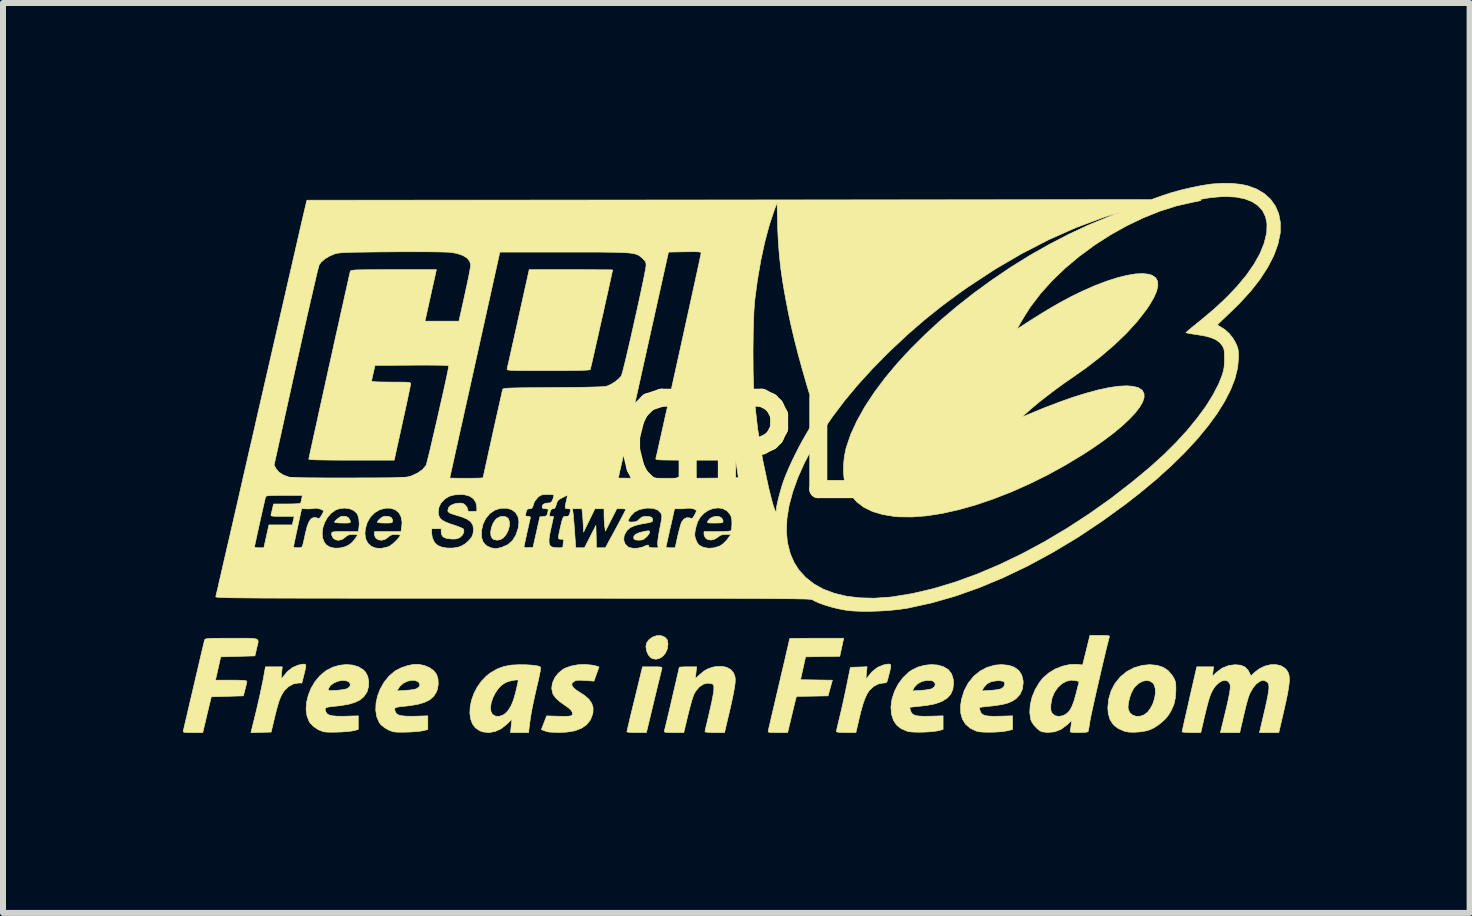
<source format=kicad_pcb>
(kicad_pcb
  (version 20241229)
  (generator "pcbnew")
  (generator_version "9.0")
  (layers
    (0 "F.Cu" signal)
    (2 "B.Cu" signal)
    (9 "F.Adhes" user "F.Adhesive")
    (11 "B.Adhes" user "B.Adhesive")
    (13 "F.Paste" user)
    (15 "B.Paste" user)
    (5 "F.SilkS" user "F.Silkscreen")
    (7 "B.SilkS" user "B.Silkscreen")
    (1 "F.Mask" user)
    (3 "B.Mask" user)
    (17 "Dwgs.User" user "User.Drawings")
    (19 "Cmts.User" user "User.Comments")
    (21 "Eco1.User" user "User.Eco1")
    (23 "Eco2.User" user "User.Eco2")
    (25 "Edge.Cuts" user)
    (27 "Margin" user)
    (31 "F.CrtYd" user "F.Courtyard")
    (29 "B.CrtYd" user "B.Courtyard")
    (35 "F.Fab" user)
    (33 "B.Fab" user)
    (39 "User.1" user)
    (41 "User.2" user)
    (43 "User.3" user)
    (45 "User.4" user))
  (footprint "GPL"
    (layer "F.Cu")
    (at 9.32 4.414)
    (property "Reference" "GPL" (at 0 0 0) (layer "F.SilkS") (effects (font (size 1.524 1.524) (thickness 0.3))))
    (attr through_hole)
    (fp_poly (pts (xy -0.385 1.147) (xy -0.345 1.167) (xy -0.321 1.202) (xy -0.318 1.225) (xy -0.321 1.239) (xy -0.334 1.248) (xy -0.364 1.252) (xy -0.417 1.254) (xy -0.453 1.254) (xy -0.518 1.254) (xy -0.557 1.252) (xy -0.575 1.246) (xy -0.578 1.236) (xy -0.572 1.222) (xy -0.536 1.18) (xy -0.489 1.154) (xy -0.436 1.143) (xy -0.385 1.147)) (stroke (width 0.01) (type solid)) (fill yes) (layer "F.SilkS"))
    (fp_poly (pts (xy -6.606 1.144) (xy -6.563 1.164) (xy -6.537 1.206) (xy -6.533 1.218) (xy -6.529 1.236) (xy -6.534 1.246) (xy -6.554 1.252) (xy -6.594 1.254) (xy -6.658 1.254) (xy -6.72 1.253) (xy -6.767 1.248) (xy -6.792 1.242) (xy -6.795 1.24) (xy -6.782 1.219) (xy -6.753 1.19) (xy -6.716 1.163) (xy -6.683 1.144) (xy -6.67 1.141) (xy -6.606 1.144)) (stroke (width 0.01) (type solid)) (fill yes) (layer "F.SilkS"))
    (fp_poly (pts (xy -5.893 1.144) (xy -5.848 1.162) (xy -5.828 1.196) (xy -5.826 1.216) (xy -5.828 1.235) (xy -5.837 1.246) (xy -5.86 1.252) (xy -5.903 1.254) (xy -5.953 1.254) (xy -6.012 1.253) (xy -6.057 1.248) (xy -6.079 1.242) (xy -6.08 1.24) (xy -6.068 1.216) (xy -6.038 1.185) (xy -6.002 1.158) (xy -5.969 1.142) (xy -5.963 1.141) (xy -5.893 1.144)) (stroke (width 0.01) (type solid)) (fill yes) (layer "F.SilkS"))
    (fp_poly (pts (xy -1.545 1.389) (xy -1.54 1.405) (xy -1.54 1.405) (xy -1.55 1.432) (xy -1.577 1.468) (xy -1.594 1.486) (xy -1.634 1.521) (xy -1.672 1.536) (xy -1.721 1.54) (xy -1.773 1.536) (xy -1.799 1.523) (xy -1.805 1.514) (xy -1.805 1.475) (xy -1.774 1.442) (xy -1.712 1.414) (xy -1.619 1.392) (xy -1.607 1.39) (xy -1.565 1.384) (xy -1.545 1.389)) (stroke (width 0.01) (type solid)) (fill yes) (layer "F.SilkS"))
    (fp_poly (pts (xy -3.926 1.156) (xy -3.896 1.183) (xy -3.877 1.237) (xy -3.879 1.305) (xy -3.899 1.378) (xy -3.935 1.448) (xy -3.981 1.502) (xy -4.029 1.531) (xy -4.085 1.54) (xy -4.136 1.53) (xy -4.165 1.511) (xy -4.187 1.465) (xy -4.191 1.403) (xy -4.179 1.334) (xy -4.154 1.265) (xy -4.117 1.206) (xy -4.088 1.177) (xy -4.033 1.149) (xy -3.976 1.142) (xy -3.926 1.156)) (stroke (width 0.01) (type solid)) (fill yes) (layer "F.SilkS"))
    (fp_poly (pts (xy -1.344 3.133) (xy -1.283 3.16) (xy -1.247 3.204) (xy -1.236 3.269) (xy -1.236 3.273) (xy -1.247 3.352) (xy -1.277 3.421) (xy -1.322 3.475) (xy -1.377 3.511) (xy -1.437 3.525) (xy -1.497 3.513) (xy -1.522 3.498) (xy -1.563 3.453) (xy -1.591 3.389) (xy -1.603 3.316) (xy -1.603 3.309) (xy -1.589 3.249) (xy -1.55 3.197) (xy -1.493 3.156) (xy -1.427 3.132) (xy -1.359 3.13) (xy -1.344 3.133)) (stroke (width 0.01) (type solid)) (fill yes) (layer "F.SilkS"))
    (fp_poly (pts (xy -1.421 3.651) (xy -1.374 3.653) (xy -1.348 3.657) (xy -1.337 3.665) (xy -1.337 3.678) (xy -1.339 3.687) (xy -1.345 3.711) (xy -1.357 3.761) (xy -1.375 3.835) (xy -1.398 3.928) (xy -1.424 4.035) (xy -1.453 4.154) (xy -1.472 4.235) (xy -1.595 4.746) (xy -1.758 4.747) (xy -1.826 4.745) (xy -1.88 4.743) (xy -1.913 4.738) (xy -1.921 4.735) (xy -1.917 4.717) (xy -1.907 4.672) (xy -1.891 4.604) (xy -1.87 4.515) (xy -1.845 4.41) (xy -1.816 4.292) (xy -1.79 4.187) (xy -1.66 3.651) (xy -1.495 3.651) (xy -1.421 3.651)) (stroke (width 0.01) (type solid)) (fill yes) (layer "F.SilkS"))
    (fp_poly (pts (xy -7.285 3.608) (xy -7.274 3.621) (xy -7.273 3.65) (xy -7.283 3.699) (xy -7.301 3.774) (xy -7.304 3.787) (xy -7.338 3.921) (xy -7.395 3.921) (xy -7.479 3.936) (xy -7.559 3.979) (xy -7.628 4.046) (xy -7.645 4.07) (xy -7.67 4.111) (xy -7.692 4.155) (xy -7.713 4.206) (xy -7.733 4.269) (xy -7.756 4.351) (xy -7.783 4.455) (xy -7.801 4.532) (xy -7.851 4.739) (xy -8.187 4.748) (xy -8.102 4.402) (xy -8.075 4.286) (xy -8.047 4.165) (xy -8.022 4.049) (xy -8 3.945) (xy -7.983 3.863) (xy -7.982 3.854) (xy -7.945 3.651) (xy -7.805 3.651) (xy -7.665 3.651) (xy -7.676 3.758) (xy -7.681 3.814) (xy -7.682 3.843) (xy -7.677 3.849) (xy -7.666 3.836) (xy -7.659 3.826) (xy -7.579 3.73) (xy -7.493 3.662) (xy -7.397 3.622) (xy -7.346 3.611) (xy -7.309 3.606) (xy -7.285 3.608)) (stroke (width 0.01) (type solid)) (fill yes) (layer "F.SilkS"))
    (fp_poly (pts (xy 1.628 3.476) (xy 1.343 3.48) (xy 1.058 3.485) (xy 1.016 3.675) (xy 0.974 3.866) (xy 1.24 3.87) (xy 1.505 3.874) (xy 1.433 4.135) (xy 1.17 4.14) (xy 0.906 4.144) (xy 0.89 4.203) (xy 0.881 4.239) (xy 0.866 4.299) (xy 0.848 4.376) (xy 0.827 4.462) (xy 0.817 4.505) (xy 0.759 4.747) (xy 0.594 4.747) (xy 0.52 4.746) (xy 0.472 4.745) (xy 0.446 4.741) (xy 0.435 4.733) (xy 0.435 4.72) (xy 0.437 4.711) (xy 0.447 4.667) (xy 0.463 4.6) (xy 0.483 4.513) (xy 0.507 4.409) (xy 0.535 4.292) (xy 0.564 4.166) (xy 0.595 4.035) (xy 0.626 3.901) (xy 0.657 3.768) (xy 0.687 3.641) (xy 0.715 3.522) (xy 0.739 3.415) (xy 0.761 3.324) (xy 0.777 3.252) (xy 0.788 3.203) (xy 0.794 3.181) (xy 0.794 3.18) (xy 0.809 3.178) (xy 0.852 3.177) (xy 0.919 3.176) (xy 1.005 3.176) (xy 1.107 3.175) (xy 1.221 3.175) (xy 1.243 3.175) (xy 1.693 3.175) (xy 1.628 3.476)) (stroke (width 0.01) (type solid)) (fill yes) (layer "F.SilkS"))
    (fp_poly (pts (xy 2.472 3.612) (xy 2.478 3.633) (xy 2.474 3.67) (xy 2.462 3.728) (xy 2.44 3.811) (xy 2.427 3.862) (xy 2.414 3.901) (xy 2.396 3.917) (xy 2.36 3.921) (xy 2.354 3.921) (xy 2.272 3.936) (xy 2.193 3.977) (xy 2.126 4.04) (xy 2.113 4.056) (xy 2.079 4.111) (xy 2.047 4.181) (xy 2.016 4.269) (xy 1.984 4.38) (xy 1.95 4.517) (xy 1.944 4.544) (xy 1.897 4.746) (xy 1.734 4.747) (xy 1.65 4.745) (xy 1.596 4.74) (xy 1.573 4.732) (xy 1.572 4.729) (xy 1.575 4.708) (xy 1.585 4.663) (xy 1.6 4.598) (xy 1.619 4.52) (xy 1.629 4.479) (xy 1.652 4.382) (xy 1.679 4.265) (xy 1.706 4.139) (xy 1.732 4.017) (xy 1.745 3.953) (xy 1.805 3.659) (xy 1.944 3.655) (xy 2.083 3.65) (xy 2.072 3.758) (xy 2.067 3.814) (xy 2.066 3.843) (xy 2.071 3.849) (xy 2.082 3.836) (xy 2.089 3.826) (xy 2.171 3.728) (xy 2.26 3.659) (xy 2.36 3.619) (xy 2.393 3.612) (xy 2.43 3.606) (xy 2.457 3.605) (xy 2.472 3.612)) (stroke (width 0.01) (type solid)) (fill yes) (layer "F.SilkS"))
    (fp_poly (pts (xy -2.709 -2.969) (xy -2.574 -2.968) (xy -2.453 -2.968) (xy -2.348 -2.967) (xy -2.263 -2.967) (xy -2.202 -2.966) (xy -2.166 -2.965) (xy -2.159 -2.965) (xy -2.162 -2.946) (xy -2.172 -2.9) (xy -2.187 -2.831) (xy -2.207 -2.741) (xy -2.23 -2.634) (xy -2.257 -2.514) (xy -2.286 -2.384) (xy -2.316 -2.247) (xy -2.348 -2.108) (xy -2.379 -1.97) (xy -2.409 -1.835) (xy -2.438 -1.708) (xy -2.464 -1.593) (xy -2.487 -1.491) (xy -2.506 -1.408) (xy -2.521 -1.347) (xy -2.529 -1.311) (xy -2.532 -1.302) (xy -2.551 -1.298) (xy -2.6 -1.294) (xy -2.68 -1.291) (xy -2.789 -1.289) (xy -2.927 -1.287) (xy -3.094 -1.286) (xy -3.233 -1.286) (xy -3.4 -1.286) (xy -3.537 -1.286) (xy -3.648 -1.287) (xy -3.735 -1.288) (xy -3.802 -1.289) (xy -3.85 -1.291) (xy -3.884 -1.294) (xy -3.904 -1.298) (xy -3.915 -1.303) (xy -3.918 -1.309) (xy -3.917 -1.314) (xy -3.913 -1.334) (xy -3.902 -1.383) (xy -3.885 -1.457) (xy -3.864 -1.552) (xy -3.838 -1.667) (xy -3.809 -1.797) (xy -3.777 -1.941) (xy -3.743 -2.094) (xy -3.73 -2.155) (xy -3.549 -2.969) (xy -2.854 -2.969) (xy -2.709 -2.969)) (stroke (width 0.01) (type solid)) (fill yes) (layer "F.SilkS"))
    (fp_poly (pts (xy -2.498 3.623) (xy -2.434 3.637) (xy -2.385 3.653) (xy -2.427 3.771) (xy -2.469 3.889) (xy -2.619 3.879) (xy -2.691 3.875) (xy -2.739 3.875) (xy -2.771 3.88) (xy -2.794 3.89) (xy -2.809 3.901) (xy -2.835 3.927) (xy -2.838 3.952) (xy -2.83 3.974) (xy -2.806 4.004) (xy -2.764 4.039) (xy -2.735 4.058) (xy -2.63 4.125) (xy -2.554 4.191) (xy -2.507 4.259) (xy -2.484 4.331) (xy -2.486 4.412) (xy -2.491 4.438) (xy -2.528 4.535) (xy -2.591 4.615) (xy -2.678 4.675) (xy -2.79 4.718) (xy -2.926 4.74) (xy -3.047 4.745) (xy -3.117 4.743) (xy -3.177 4.741) (xy -3.219 4.738) (xy -3.231 4.736) (xy -3.27 4.725) (xy -3.304 4.713) (xy -3.346 4.697) (xy -3.302 4.583) (xy -3.258 4.469) (xy -3.052 4.475) (xy -2.961 4.476) (xy -2.897 4.475) (xy -2.856 4.469) (xy -2.834 4.458) (xy -2.827 4.439) (xy -2.831 4.412) (xy -2.833 4.404) (xy -2.855 4.37) (xy -2.905 4.326) (xy -2.949 4.296) (xy -3.042 4.23) (xy -3.107 4.17) (xy -3.148 4.113) (xy -3.158 4.091) (xy -3.174 4.007) (xy -3.161 3.92) (xy -3.124 3.836) (xy -3.066 3.759) (xy -2.988 3.695) (xy -2.953 3.675) (xy -2.854 3.639) (xy -2.738 3.617) (xy -2.616 3.611) (xy -2.498 3.623)) (stroke (width 0.01) (type solid)) (fill yes) (layer "F.SilkS"))
    (fp_poly (pts (xy 6.916 3.626) (xy 7.018 3.659) (xy 7.102 3.715) (xy 7.172 3.798) (xy 7.189 3.826) (xy 7.209 3.863) (xy 7.221 3.898) (xy 7.228 3.939) (xy 7.23 3.997) (xy 7.23 4.048) (xy 7.221 4.173) (xy 7.197 4.28) (xy 7.152 4.381) (xy 7.109 4.453) (xy 7.045 4.53) (xy 6.96 4.604) (xy 6.867 4.667) (xy 6.795 4.701) (xy 6.718 4.722) (xy 6.626 4.736) (xy 6.531 4.742) (xy 6.444 4.739) (xy 6.375 4.726) (xy 6.372 4.725) (xy 6.267 4.678) (xy 6.187 4.614) (xy 6.133 4.531) (xy 6.103 4.428) (xy 6.096 4.333) (xy 6.097 4.321) (xy 6.433 4.321) (xy 6.436 4.356) (xy 6.461 4.414) (xy 6.508 4.455) (xy 6.569 4.476) (xy 6.638 4.474) (xy 6.7 4.452) (xy 6.758 4.408) (xy 6.808 4.343) (xy 6.848 4.264) (xy 6.875 4.179) (xy 6.889 4.093) (xy 6.887 4.014) (xy 6.867 3.949) (xy 6.851 3.926) (xy 6.801 3.889) (xy 6.74 3.879) (xy 6.674 3.892) (xy 6.608 3.928) (xy 6.548 3.985) (xy 6.519 4.025) (xy 6.486 4.09) (xy 6.459 4.169) (xy 6.44 4.25) (xy 6.433 4.321) (xy 6.097 4.321) (xy 6.111 4.186) (xy 6.152 4.049) (xy 6.218 3.925) (xy 6.305 3.818) (xy 6.411 3.731) (xy 6.533 3.666) (xy 6.668 3.627) (xy 6.794 3.615) (xy 6.916 3.626)) (stroke (width 0.01) (type solid)) (fill yes) (layer "F.SilkS"))
    (fp_poly (pts (xy -3.603 3.617) (xy -3.507 3.623) (xy -3.431 3.632) (xy -3.38 3.644) (xy -3.367 3.65) (xy -3.361 3.661) (xy -3.36 3.684) (xy -3.365 3.725) (xy -3.377 3.785) (xy -3.395 3.87) (xy -3.419 3.971) (xy -3.462 4.161) (xy -3.497 4.326) (xy -3.523 4.469) (xy -3.541 4.594) (xy -3.549 4.655) (xy -3.558 4.747) (xy -3.86 4.747) (xy -3.837 4.522) (xy -3.923 4.608) (xy -4.015 4.682) (xy -4.115 4.728) (xy -4.218 4.747) (xy -4.319 4.736) (xy -4.376 4.716) (xy -4.446 4.668) (xy -4.496 4.6) (xy -4.526 4.516) (xy -4.538 4.42) (xy -4.533 4.329) (xy -4.194 4.329) (xy -4.187 4.394) (xy -4.161 4.444) (xy -4.159 4.445) (xy -4.11 4.473) (xy -4.05 4.477) (xy -3.987 4.456) (xy -3.944 4.427) (xy -3.892 4.369) (xy -3.848 4.295) (xy -3.809 4.198) (xy -3.774 4.075) (xy -3.77 4.056) (xy -3.754 3.987) (xy -3.741 3.929) (xy -3.733 3.889) (xy -3.731 3.876) (xy -3.744 3.87) (xy -3.78 3.871) (xy -3.828 3.879) (xy -3.88 3.891) (xy -3.928 3.907) (xy -3.945 3.914) (xy -4.009 3.957) (xy -4.067 4.018) (xy -4.117 4.091) (xy -4.156 4.171) (xy -4.183 4.252) (xy -4.194 4.329) (xy -4.533 4.329) (xy -4.532 4.316) (xy -4.51 4.207) (xy -4.471 4.098) (xy -4.417 3.992) (xy -4.348 3.894) (xy -4.265 3.807) (xy -4.19 3.749) (xy -4.081 3.686) (xy -3.969 3.645) (xy -3.844 3.622) (xy -3.715 3.616) (xy -3.603 3.617)) (stroke (width 0.01) (type solid)) (fill yes) (layer "F.SilkS"))
    (fp_poly (pts (xy 3.257 3.621) (xy 3.354 3.648) (xy 3.432 3.695) (xy 3.443 3.704) (xy 3.492 3.77) (xy 3.519 3.857) (xy 3.524 3.929) (xy 3.513 4.025) (xy 3.478 4.106) (xy 3.419 4.172) (xy 3.334 4.225) (xy 3.223 4.266) (xy 3.083 4.294) (xy 2.986 4.305) (xy 2.914 4.313) (xy 2.853 4.319) (xy 2.812 4.324) (xy 2.796 4.327) (xy 2.797 4.344) (xy 2.806 4.378) (xy 2.809 4.387) (xy 2.825 4.422) (xy 2.851 4.446) (xy 2.891 4.463) (xy 2.948 4.472) (xy 3.028 4.476) (xy 3.135 4.474) (xy 3.145 4.474) (xy 3.35 4.468) (xy 3.35 4.695) (xy 3.274 4.715) (xy 3.212 4.726) (xy 3.131 4.734) (xy 3.041 4.739) (xy 2.949 4.741) (xy 2.864 4.739) (xy 2.795 4.734) (xy 2.753 4.725) (xy 2.651 4.681) (xy 2.575 4.621) (xy 2.523 4.543) (xy 2.491 4.444) (xy 2.49 4.44) (xy 2.481 4.318) (xy 2.498 4.191) (xy 2.539 4.063) (xy 2.544 4.053) (xy 2.838 4.053) (xy 2.979 4.044) (xy 3.049 4.038) (xy 3.11 4.029) (xy 3.154 4.019) (xy 3.163 4.015) (xy 3.204 3.985) (xy 3.22 3.948) (xy 3.21 3.912) (xy 3.175 3.886) (xy 3.157 3.881) (xy 3.078 3.877) (xy 2.998 3.895) (xy 2.927 3.933) (xy 2.875 3.985) (xy 2.865 4.002) (xy 2.838 4.053) (xy 2.544 4.053) (xy 2.601 3.942) (xy 2.681 3.833) (xy 2.776 3.742) (xy 2.825 3.708) (xy 2.927 3.657) (xy 3.037 3.626) (xy 3.149 3.614) (xy 3.257 3.621)) (stroke (width 0.01) (type solid)) (fill yes) (layer "F.SilkS"))
    (fp_poly (pts (xy 4.444 3.626) (xy 4.539 3.659) (xy 4.612 3.713) (xy 4.66 3.786) (xy 4.683 3.879) (xy 4.685 3.92) (xy 4.672 4.024) (xy 4.632 4.111) (xy 4.565 4.183) (xy 4.553 4.191) (xy 4.493 4.228) (xy 4.422 4.257) (xy 4.336 4.279) (xy 4.228 4.296) (xy 4.143 4.306) (xy 4.071 4.313) (xy 4.011 4.32) (xy 3.97 4.325) (xy 3.955 4.328) (xy 3.956 4.344) (xy 3.965 4.378) (xy 3.968 4.387) (xy 3.984 4.422) (xy 4.01 4.446) (xy 4.049 4.463) (xy 4.107 4.472) (xy 4.187 4.476) (xy 4.294 4.474) (xy 4.304 4.474) (xy 4.508 4.468) (xy 4.508 4.695) (xy 4.433 4.715) (xy 4.369 4.726) (xy 4.287 4.735) (xy 4.195 4.74) (xy 4.103 4.741) (xy 4.017 4.739) (xy 3.948 4.733) (xy 3.909 4.724) (xy 3.805 4.676) (xy 3.726 4.609) (xy 3.672 4.523) (xy 3.644 4.419) (xy 3.642 4.297) (xy 3.657 4.195) (xy 3.701 4.053) (xy 3.995 4.053) (xy 4.137 4.044) (xy 4.207 4.038) (xy 4.269 4.029) (xy 4.313 4.018) (xy 4.323 4.015) (xy 4.358 3.987) (xy 4.377 3.95) (xy 4.376 3.914) (xy 4.367 3.9) (xy 4.342 3.89) (xy 4.296 3.883) (xy 4.257 3.882) (xy 4.161 3.895) (xy 4.085 3.932) (xy 4.03 3.994) (xy 4.026 4) (xy 3.995 4.053) (xy 3.701 4.053) (xy 3.702 4.049) (xy 3.77 3.921) (xy 3.858 3.811) (xy 3.963 3.724) (xy 4.083 3.66) (xy 4.215 3.623) (xy 4.326 3.614) (xy 4.444 3.626)) (stroke (width 0.01) (type solid)) (fill yes) (layer "F.SilkS"))
    (fp_poly (pts (xy -8.191 3.176) (xy -8.134 3.18) (xy -8.097 3.188) (xy -8.076 3.201) (xy -8.067 3.221) (xy -8.069 3.25) (xy -8.078 3.287) (xy -8.09 3.335) (xy -8.093 3.35) (xy -8.121 3.469) (xy -8.406 3.477) (xy -8.691 3.485) (xy -8.725 3.638) (xy -8.741 3.709) (xy -8.755 3.772) (xy -8.766 3.818) (xy -8.769 3.832) (xy -8.779 3.873) (xy -8.517 3.873) (xy -8.415 3.874) (xy -8.341 3.876) (xy -8.292 3.88) (xy -8.264 3.885) (xy -8.255 3.893) (xy -8.255 3.893) (xy -8.259 3.918) (xy -8.269 3.963) (xy -8.283 4.02) (xy -8.284 4.024) (xy -8.313 4.135) (xy -8.58 4.143) (xy -8.848 4.151) (xy -8.86 4.199) (xy -8.867 4.23) (xy -8.881 4.286) (xy -8.898 4.36) (xy -8.919 4.445) (xy -8.931 4.497) (xy -8.99 4.747) (xy -9.156 4.747) (xy -9.23 4.746) (xy -9.278 4.745) (xy -9.304 4.741) (xy -9.315 4.733) (xy -9.315 4.72) (xy -9.313 4.711) (xy -9.308 4.689) (xy -9.296 4.638) (xy -9.279 4.564) (xy -9.256 4.468) (xy -9.23 4.354) (xy -9.2 4.226) (xy -9.167 4.086) (xy -9.136 3.953) (xy -9.102 3.806) (xy -9.069 3.667) (xy -9.04 3.541) (xy -9.014 3.43) (xy -8.992 3.337) (xy -8.975 3.266) (xy -8.964 3.22) (xy -8.96 3.203) (xy -8.955 3.195) (xy -8.945 3.188) (xy -8.925 3.183) (xy -8.892 3.18) (xy -8.844 3.177) (xy -8.775 3.176) (xy -8.683 3.175) (xy -8.564 3.175) (xy -8.508 3.175) (xy -8.375 3.175) (xy -8.27 3.174) (xy -8.191 3.176)) (stroke (width 0.01) (type solid)) (fill yes) (layer "F.SilkS"))
    (fp_poly (pts (xy -5.297 3.629) (xy -5.211 3.665) (xy -5.14 3.716) (xy -5.092 3.778) (xy -5.092 3.779) (xy -5.069 3.854) (xy -5.065 3.942) (xy -5.08 4.03) (xy -5.1 4.08) (xy -5.145 4.147) (xy -5.209 4.201) (xy -5.293 4.243) (xy -5.401 4.275) (xy -5.536 4.298) (xy -5.608 4.306) (xy -5.69 4.314) (xy -5.745 4.323) (xy -5.778 4.333) (xy -5.791 4.348) (xy -5.79 4.37) (xy -5.78 4.402) (xy -5.779 4.403) (xy -5.76 4.432) (xy -5.726 4.454) (xy -5.673 4.467) (xy -5.598 4.474) (xy -5.497 4.475) (xy -5.443 4.474) (xy -5.239 4.468) (xy -5.239 4.695) (xy -5.314 4.715) (xy -5.365 4.724) (xy -5.437 4.731) (xy -5.521 4.737) (xy -5.609 4.74) (xy -5.693 4.741) (xy -5.763 4.739) (xy -5.813 4.734) (xy -5.821 4.732) (xy -5.892 4.705) (xy -5.962 4.664) (xy -6.02 4.616) (xy -6.048 4.581) (xy -6.09 4.484) (xy -6.107 4.374) (xy -6.102 4.256) (xy -6.076 4.136) (xy -6.044 4.053) (xy -5.753 4.053) (xy -5.61 4.044) (xy -5.541 4.038) (xy -5.479 4.029) (xy -5.435 4.019) (xy -5.425 4.015) (xy -5.384 3.985) (xy -5.371 3.949) (xy -5.387 3.912) (xy -5.399 3.901) (xy -5.451 3.878) (xy -5.515 3.876) (xy -5.584 3.893) (xy -5.649 3.926) (xy -5.702 3.973) (xy -5.721 4) (xy -5.753 4.053) (xy -6.044 4.053) (xy -6.03 4.017) (xy -5.966 3.906) (xy -5.886 3.807) (xy -5.792 3.726) (xy -5.769 3.711) (xy -5.689 3.67) (xy -5.592 3.636) (xy -5.492 3.613) (xy -5.485 3.612) (xy -5.391 3.61) (xy -5.297 3.629)) (stroke (width 0.01) (type solid)) (fill yes) (layer "F.SilkS"))
    (fp_poly (pts (xy -0.262 3.658) (xy -0.191 3.695) (xy -0.142 3.753) (xy -0.118 3.819) (xy -0.114 3.86) (xy -0.116 3.915) (xy -0.125 3.986) (xy -0.141 4.077) (xy -0.164 4.191) (xy -0.195 4.331) (xy -0.217 4.425) (xy -0.293 4.747) (xy -0.456 4.747) (xy -0.524 4.745) (xy -0.578 4.742) (xy -0.611 4.737) (xy -0.619 4.732) (xy -0.616 4.713) (xy -0.606 4.668) (xy -0.59 4.602) (xy -0.571 4.52) (xy -0.549 4.428) (xy -0.547 4.419) (xy -0.524 4.319) (xy -0.503 4.224) (xy -0.487 4.14) (xy -0.476 4.074) (xy -0.471 4.033) (xy -0.471 3.982) (xy -0.476 3.954) (xy -0.491 3.939) (xy -0.51 3.932) (xy -0.578 3.923) (xy -0.648 3.942) (xy -0.714 3.987) (xy -0.772 4.055) (xy -0.805 4.113) (xy -0.819 4.152) (xy -0.839 4.214) (xy -0.861 4.295) (xy -0.885 4.386) (xy -0.905 4.465) (xy -0.972 4.747) (xy -1.138 4.747) (xy -1.212 4.746) (xy -1.26 4.744) (xy -1.286 4.74) (xy -1.296 4.732) (xy -1.296 4.72) (xy -1.296 4.719) (xy -1.29 4.696) (xy -1.278 4.648) (xy -1.261 4.578) (xy -1.241 4.492) (xy -1.217 4.393) (xy -1.192 4.286) (xy -1.166 4.175) (xy -1.141 4.064) (xy -1.116 3.959) (xy -1.094 3.863) (xy -1.075 3.781) (xy -1.06 3.717) (xy -1.051 3.675) (xy -1.048 3.66) (xy -1.033 3.656) (xy -0.994 3.653) (xy -0.937 3.651) (xy -0.903 3.651) (xy -0.758 3.651) (xy -0.769 3.75) (xy -0.78 3.848) (xy -0.709 3.783) (xy -0.636 3.722) (xy -0.567 3.683) (xy -0.488 3.657) (xy -0.45 3.649) (xy -0.349 3.642) (xy -0.262 3.658)) (stroke (width 0.01) (type solid)) (fill yes) (layer "F.SilkS"))
    (fp_poly (pts (xy -6.491 3.622) (xy -6.395 3.651) (xy -6.315 3.7) (xy -6.275 3.742) (xy -6.24 3.811) (xy -6.224 3.895) (xy -6.228 3.984) (xy -6.251 4.067) (xy -6.258 4.08) (xy -6.304 4.147) (xy -6.367 4.201) (xy -6.451 4.243) (xy -6.559 4.275) (xy -6.694 4.298) (xy -6.767 4.306) (xy -6.849 4.314) (xy -6.904 4.323) (xy -6.936 4.333) (xy -6.95 4.348) (xy -6.949 4.37) (xy -6.939 4.402) (xy -6.938 4.403) (xy -6.919 4.432) (xy -6.885 4.454) (xy -6.832 4.467) (xy -6.757 4.474) (xy -6.655 4.475) (xy -6.602 4.474) (xy -6.398 4.468) (xy -6.398 4.695) (xy -6.473 4.715) (xy -6.524 4.724) (xy -6.596 4.731) (xy -6.68 4.737) (xy -6.768 4.74) (xy -6.852 4.741) (xy -6.922 4.739) (xy -6.972 4.734) (xy -6.98 4.732) (xy -7.063 4.7) (xy -7.14 4.649) (xy -7.2 4.588) (xy -7.215 4.566) (xy -7.253 4.47) (xy -7.268 4.361) (xy -7.26 4.244) (xy -7.231 4.125) (xy -7.195 4.035) (xy -6.898 4.035) (xy -6.892 4.044) (xy -6.873 4.048) (xy -6.833 4.048) (xy -6.768 4.044) (xy -6.765 4.044) (xy -6.697 4.037) (xy -6.635 4.028) (xy -6.592 4.018) (xy -6.584 4.015) (xy -6.543 3.985) (xy -6.529 3.949) (xy -6.545 3.913) (xy -6.556 3.902) (xy -6.607 3.88) (xy -6.671 3.878) (xy -6.74 3.892) (xy -6.805 3.921) (xy -6.859 3.96) (xy -6.892 4.008) (xy -6.895 4.018) (xy -6.898 4.035) (xy -7.195 4.035) (xy -7.184 4.007) (xy -7.119 3.898) (xy -7.038 3.801) (xy -6.944 3.722) (xy -6.928 3.711) (xy -6.821 3.657) (xy -6.709 3.625) (xy -6.597 3.613) (xy -6.491 3.622)) (stroke (width 0.01) (type solid)) (fill yes) (layer "F.SilkS"))
    (fp_poly (pts (xy 6.038 3.128) (xy 6.086 3.13) (xy 6.112 3.134) (xy 6.122 3.142) (xy 6.122 3.154) (xy 6.121 3.155) (xy 6.11 3.195) (xy 6.093 3.262) (xy 6.071 3.35) (xy 6.046 3.457) (xy 6.017 3.577) (xy 5.987 3.706) (xy 5.956 3.84) (xy 5.925 3.975) (xy 5.895 4.105) (xy 5.868 4.227) (xy 5.844 4.337) (xy 5.823 4.429) (xy 5.809 4.5) (xy 5.8 4.545) (xy 5.8 4.548) (xy 5.789 4.617) (xy 5.779 4.675) (xy 5.772 4.715) (xy 5.769 4.727) (xy 5.755 4.737) (xy 5.716 4.743) (xy 5.649 4.746) (xy 5.613 4.747) (xy 5.539 4.746) (xy 5.493 4.742) (xy 5.471 4.735) (xy 5.468 4.727) (xy 5.473 4.7) (xy 5.48 4.655) (xy 5.484 4.627) (xy 5.493 4.546) (xy 5.413 4.621) (xy 5.316 4.693) (xy 5.21 4.734) (xy 5.093 4.745) (xy 5.004 4.735) (xy 4.961 4.716) (xy 4.913 4.676) (xy 4.866 4.625) (xy 4.829 4.571) (xy 4.812 4.532) (xy 4.795 4.414) (xy 4.799 4.345) (xy 5.145 4.345) (xy 5.149 4.386) (xy 5.163 4.416) (xy 5.175 4.433) (xy 5.22 4.467) (xy 5.28 4.478) (xy 5.347 4.465) (xy 5.391 4.444) (xy 5.433 4.411) (xy 5.469 4.367) (xy 5.5 4.306) (xy 5.531 4.224) (xy 5.562 4.116) (xy 5.567 4.096) (xy 5.618 3.897) (xy 5.572 3.883) (xy 5.489 3.873) (xy 5.406 3.891) (xy 5.329 3.934) (xy 5.261 3.997) (xy 5.205 4.078) (xy 5.166 4.173) (xy 5.147 4.278) (xy 5.146 4.284) (xy 5.145 4.345) (xy 4.799 4.345) (xy 4.803 4.286) (xy 4.834 4.154) (xy 4.887 4.026) (xy 4.96 3.906) (xy 5.015 3.838) (xy 5.109 3.755) (xy 5.221 3.687) (xy 5.344 3.639) (xy 5.468 3.612) (xy 5.587 3.61) (xy 5.604 3.612) (xy 5.676 3.621) (xy 5.798 3.127) (xy 5.964 3.127) (xy 6.038 3.128)) (stroke (width 0.01) (type solid)) (fill yes) (layer "F.SilkS"))
    (fp_poly (pts (xy 8.982 3.633) (xy 9.049 3.675) (xy 9.051 3.677) (xy 9.08 3.71) (xy 9.102 3.746) (xy 9.116 3.79) (xy 9.122 3.845) (xy 9.12 3.914) (xy 9.109 3.999) (xy 9.091 4.105) (xy 9.064 4.234) (xy 9.029 4.39) (xy 9.021 4.425) (xy 8.946 4.747) (xy 8.624 4.747) (xy 8.679 4.512) (xy 8.714 4.364) (xy 8.741 4.242) (xy 8.761 4.146) (xy 8.774 4.07) (xy 8.781 4.013) (xy 8.781 3.971) (xy 8.776 3.94) (xy 8.764 3.918) (xy 8.746 3.902) (xy 8.727 3.89) (xy 8.696 3.876) (xy 8.668 3.878) (xy 8.63 3.893) (xy 8.571 3.936) (xy 8.515 4.003) (xy 8.467 4.088) (xy 8.448 4.133) (xy 8.434 4.176) (xy 8.415 4.243) (xy 8.393 4.327) (xy 8.371 4.42) (xy 8.356 4.481) (xy 8.295 4.747) (xy 8.134 4.747) (xy 7.973 4.747) (xy 8.042 4.462) (xy 8.075 4.324) (xy 8.1 4.214) (xy 8.118 4.127) (xy 8.13 4.06) (xy 8.136 4.01) (xy 8.137 3.973) (xy 8.133 3.945) (xy 8.13 3.933) (xy 8.101 3.893) (xy 8.058 3.877) (xy 8.007 3.884) (xy 7.952 3.913) (xy 7.898 3.963) (xy 7.871 3.997) (xy 7.845 4.039) (xy 7.821 4.085) (xy 7.799 4.14) (xy 7.777 4.209) (xy 7.753 4.297) (xy 7.725 4.409) (xy 7.706 4.489) (xy 7.646 4.747) (xy 7.49 4.747) (xy 7.424 4.745) (xy 7.372 4.742) (xy 7.34 4.738) (xy 7.334 4.735) (xy 7.337 4.717) (xy 7.347 4.672) (xy 7.362 4.603) (xy 7.382 4.514) (xy 7.406 4.409) (xy 7.433 4.291) (xy 7.456 4.187) (xy 7.579 3.651) (xy 7.859 3.651) (xy 7.849 3.73) (xy 7.838 3.809) (xy 7.901 3.749) (xy 8 3.674) (xy 8.109 3.63) (xy 8.216 3.616) (xy 8.309 3.624) (xy 8.379 3.652) (xy 8.43 3.702) (xy 8.451 3.739) (xy 8.481 3.802) (xy 8.54 3.746) (xy 8.622 3.683) (xy 8.714 3.639) (xy 8.808 3.616) (xy 8.899 3.614) (xy 8.982 3.633)) (stroke (width 0.01) (type solid)) (fill yes) (layer "F.SilkS"))
    (fp_poly (pts (xy 8.161 -4.407) (xy 8.311 -4.392) (xy 8.423 -4.369) (xy 8.574 -4.314) (xy 8.703 -4.238) (xy 8.809 -4.142) (xy 8.89 -4.028) (xy 8.945 -3.899) (xy 8.972 -3.755) (xy 8.971 -3.599) (xy 8.969 -3.573) (xy 8.931 -3.391) (xy 8.862 -3.203) (xy 8.763 -3.01) (xy 8.635 -2.812) (xy 8.478 -2.611) (xy 8.291 -2.407) (xy 8.122 -2.242) (xy 8.058 -2.181) (xy 8.002 -2.128) (xy 7.959 -2.086) (xy 7.932 -2.059) (xy 7.926 -2.051) (xy 7.936 -2.038) (xy 7.966 -2.02) (xy 7.973 -2.017) (xy 8.045 -1.972) (xy 8.118 -1.906) (xy 8.182 -1.826) (xy 8.228 -1.746) (xy 8.252 -1.691) (xy 8.266 -1.644) (xy 8.273 -1.593) (xy 8.275 -1.527) (xy 8.275 -1.498) (xy 8.259 -1.33) (xy 8.215 -1.152) (xy 8.142 -0.965) (xy 8.041 -0.769) (xy 7.914 -0.566) (xy 7.761 -0.357) (xy 7.583 -0.142) (xy 7.381 0.077) (xy 7.154 0.3) (xy 6.905 0.525) (xy 6.633 0.751) (xy 6.398 0.935) (xy 5.992 1.229) (xy 5.583 1.501) (xy 5.172 1.747) (xy 4.762 1.969) (xy 4.354 2.164) (xy 3.949 2.333) (xy 3.55 2.474) (xy 3.157 2.586) (xy 2.774 2.67) (xy 2.737 2.677) (xy 2.601 2.696) (xy 2.45 2.711) (xy 2.292 2.721) (xy 2.134 2.726) (xy 1.983 2.726) (xy 1.848 2.72) (xy 1.736 2.708) (xy 1.723 2.706) (xy 1.606 2.684) (xy 1.489 2.655) (xy 1.379 2.622) (xy 1.281 2.587) (xy 1.204 2.552) (xy 1.168 2.531) (xy 1.162 2.529) (xy 1.149 2.527) (xy 1.128 2.525) (xy 1.099 2.523) (xy 1.059 2.521) (xy 1.009 2.52) (xy 0.947 2.519) (xy 0.873 2.517) (xy 0.785 2.516) (xy 0.682 2.515) (xy 0.563 2.514) (xy 0.427 2.513) (xy 0.274 2.512) (xy 0.102 2.512) (xy -0.09 2.511) (xy -0.302 2.51) (xy -0.536 2.51) (xy -0.793 2.51) (xy -1.073 2.509) (xy -1.379 2.509) (xy -1.71 2.509) (xy -2.067 2.509) (xy -2.453 2.508) (xy -2.866 2.508) (xy -3.31 2.508) (xy -3.784 2.508) (xy -3.823 2.508) (xy -4.293 2.508) (xy -4.734 2.508) (xy -5.144 2.508) (xy -5.526 2.508) (xy -5.88 2.508) (xy -6.208 2.508) (xy -6.51 2.508) (xy -6.787 2.507) (xy -7.041 2.507) (xy -7.273 2.507) (xy -7.483 2.506) (xy -7.672 2.506) (xy -7.843 2.505) (xy -7.995 2.505) (xy -8.129 2.504) (xy -8.248 2.503) (xy -8.351 2.502) (xy -8.44 2.501) (xy -8.515 2.5) (xy -8.579 2.499) (xy -8.631 2.497) (xy -8.673 2.496) (xy -8.707 2.494) (xy -8.732 2.492) (xy -8.75 2.49) (xy -8.762 2.488) (xy -8.769 2.486) (xy -8.773 2.483) (xy -8.773 2.481) (xy -8.773 2.48) (xy -8.769 2.463) (xy -8.758 2.415) (xy -8.74 2.34) (xy -8.717 2.237) (xy -8.687 2.11) (xy -8.653 1.959) (xy -8.613 1.786) (xy -8.583 1.654) (xy -8.128 1.654) (xy -8.114 1.661) (xy -8.077 1.666) (xy -8.05 1.667) (xy -7.972 1.667) (xy -7.969 1.655) (xy -7.478 1.655) (xy -7.463 1.662) (xy -7.427 1.666) (xy -7.406 1.667) (xy -7.362 1.665) (xy -7.339 1.655) (xy -7.326 1.63) (xy -7.32 1.607) (xy -7.309 1.563) (xy -7.295 1.5) (xy -7.28 1.43) (xy -7.278 1.422) (xy -7 1.422) (xy -6.992 1.506) (xy -6.963 1.579) (xy -6.927 1.622) (xy -6.868 1.656) (xy -6.79 1.673) (xy -6.705 1.671) (xy -6.619 1.65) (xy -6.599 1.642) (xy -6.554 1.618) (xy -6.516 1.592) (xy -6.489 1.563) (xy -6.458 1.526) (xy -6.431 1.488) (xy -6.415 1.46) (xy -6.413 1.454) (xy -6.428 1.449) (xy -6.464 1.445) (xy -6.492 1.445) (xy -6.545 1.448) (xy -6.583 1.463) (xy -6.617 1.492) (xy -6.67 1.529) (xy -6.726 1.542) (xy -6.777 1.533) (xy -6.817 1.505) (xy -6.84 1.458) (xy -6.842 1.433) (xy -6.842 1.432) (xy -6.287 1.432) (xy -6.274 1.521) (xy -6.237 1.592) (xy -6.18 1.643) (xy -6.106 1.672) (xy -6.018 1.677) (xy -5.921 1.657) (xy -5.883 1.643) (xy -5.85 1.622) (xy -5.808 1.588) (xy -5.765 1.546) (xy -5.728 1.506) (xy -5.704 1.473) (xy -5.699 1.458) (xy -5.713 1.45) (xy -5.75 1.445) (xy -5.777 1.445) (xy -5.831 1.448) (xy -5.868 1.463) (xy -5.903 1.492) (xy -5.954 1.528) (xy -6.009 1.541) (xy -6.061 1.534) (xy -6.102 1.509) (xy -6.125 1.467) (xy -6.128 1.442) (xy -6.128 1.397) (xy -5.687 1.397) (xy -5.678 1.349) (xy -5.175 1.349) (xy -5.175 1.425) (xy -5.162 1.508) (xy -5.125 1.58) (xy -5.075 1.627) (xy -5.006 1.656) (xy -4.92 1.671) (xy -4.825 1.672) (xy -4.733 1.657) (xy -4.683 1.64) (xy -4.62 1.604) (xy -4.558 1.55) (xy -4.509 1.49) (xy -4.499 1.473) (xy -4.485 1.43) (xy -4.481 1.4) (xy -4.345 1.4) (xy -4.342 1.498) (xy -4.315 1.575) (xy -4.264 1.631) (xy -4.188 1.667) (xy -4.111 1.681) (xy -4.082 1.677) (xy -4.035 1.667) (xy -4.003 1.658) (xy -3.993 1.654) (xy -3.635 1.654) (xy -3.621 1.661) (xy -3.585 1.665) (xy -3.56 1.664) (xy -3.485 1.659) (xy -3.455 1.524) (xy -3.218 1.524) (xy -3.218 1.585) (xy -3.205 1.626) (xy -3.177 1.651) (xy -3.133 1.663) (xy -3.072 1.667) (xy -3.068 1.667) (xy -3.02 1.666) (xy -2.995 1.66) (xy -2.986 1.645) (xy -2.985 1.621) (xy -2.981 1.578) (xy -2.975 1.549) (xy -2.975 1.531) (xy -2.998 1.524) (xy -3.015 1.524) (xy -3.041 1.523) (xy -3.057 1.514) (xy -3.062 1.494) (xy -3.057 1.455) (xy -3.044 1.393) (xy -3.039 1.37) (xy -3.019 1.282) (xy -3.004 1.22) (xy -2.991 1.18) (xy -2.98 1.157) (xy -2.967 1.146) (xy -2.951 1.143) (xy -2.937 1.143) (xy -2.904 1.141) (xy -2.885 1.128) (xy -2.873 1.098) (xy -2.866 1.068) (xy -2.861 1.033) (xy -2.87 1.019) (xy -2.902 1.016) (xy -2.904 1.016) (xy -2.829 1.016) (xy -2.82 1.068) (xy -2.816 1.1) (xy -2.811 1.158) (xy -2.804 1.235) (xy -2.797 1.324) (xy -2.792 1.393) (xy -2.773 1.667) (xy -2.627 1.667) (xy -2.532 1.48) (xy -2.437 1.294) (xy -2.432 1.48) (xy -2.428 1.667) (xy -2.353 1.667) (xy -2.278 1.666) (xy -2.211 1.542) (xy -1.973 1.542) (xy -1.95 1.603) (xy -1.905 1.649) (xy -1.886 1.66) (xy -1.823 1.675) (xy -1.747 1.674) (xy -1.671 1.659) (xy -1.632 1.644) (xy -1.587 1.624) (xy -1.564 1.622) (xy -1.556 1.637) (xy -1.556 1.643) (xy -1.547 1.658) (xy -1.518 1.665) (xy -1.477 1.667) (xy -1.398 1.667) (xy -1.399 1.66) (xy -1.27 1.66) (xy -1.256 1.664) (xy -1.219 1.666) (xy -1.193 1.667) (xy -1.116 1.667) (xy -1.074 1.475) (xy -1.072 1.465) (xy -0.789 1.465) (xy -0.78 1.506) (xy -0.771 1.531) (xy -0.746 1.587) (xy -0.715 1.623) (xy -0.669 1.649) (xy -0.639 1.661) (xy -0.562 1.675) (xy -0.475 1.669) (xy -0.389 1.644) (xy -0.358 1.63) (xy -0.313 1.596) (xy -0.265 1.549) (xy -0.242 1.52) (xy -0.188 1.445) (xy -0.27 1.445) (xy -0.326 1.448) (xy -0.367 1.462) (xy -0.407 1.492) (xy -0.407 1.492) (xy -0.463 1.526) (xy -0.52 1.538) (xy -0.572 1.53) (xy -0.612 1.502) (xy -0.633 1.457) (xy -0.635 1.437) (xy -0.635 1.397) (xy -0.414 1.397) (xy -0.324 1.396) (xy -0.253 1.393) (xy -0.205 1.388) (xy -0.19 1.384) (xy 0.738 1.384) (xy 0.755 1.576) (xy 0.8 1.754) (xy 0.805 1.77) (xy 0.868 1.914) (xy 0.948 2.039) (xy 1.053 2.154) (xy 1.062 2.163) (xy 1.199 2.271) (xy 1.359 2.359) (xy 1.542 2.427) (xy 1.744 2.475) (xy 1.964 2.501) (xy 2.2 2.507) (xy 2.452 2.49) (xy 2.509 2.484) (xy 2.844 2.429) (xy 3.192 2.347) (xy 3.55 2.239) (xy 3.916 2.106) (xy 4.287 1.949) (xy 4.662 1.769) (xy 5.038 1.567) (xy 5.413 1.344) (xy 5.785 1.102) (xy 6.152 0.842) (xy 6.511 0.563) (xy 6.795 0.327) (xy 7.021 0.123) (xy 7.229 -0.083) (xy 7.418 -0.289) (xy 7.585 -0.493) (xy 7.731 -0.692) (xy 7.851 -0.885) (xy 7.946 -1.069) (xy 8.003 -1.214) (xy 8.023 -1.282) (xy 8.035 -1.348) (xy 8.04 -1.426) (xy 8.041 -1.485) (xy 8.04 -1.56) (xy 8.037 -1.612) (xy 8.03 -1.649) (xy 8.017 -1.679) (xy 7.998 -1.71) (xy 7.954 -1.761) (xy 7.896 -1.802) (xy 7.82 -1.835) (xy 7.72 -1.862) (xy 7.592 -1.884) (xy 7.518 -1.895) (xy 7.457 -1.906) (xy 7.415 -1.914) (xy 7.399 -1.92) (xy 7.398 -1.92) (xy 7.411 -1.932) (xy 7.444 -1.961) (xy 7.494 -2.003) (xy 7.558 -2.055) (xy 7.631 -2.114) (xy 7.638 -2.119) (xy 7.869 -2.313) (xy 8.075 -2.505) (xy 8.255 -2.695) (xy 8.409 -2.881) (xy 8.535 -3.063) (xy 8.633 -3.239) (xy 8.702 -3.409) (xy 8.741 -3.571) (xy 8.745 -3.6) (xy 8.749 -3.734) (xy 8.725 -3.851) (xy 8.675 -3.953) (xy 8.6 -4.037) (xy 8.5 -4.103) (xy 8.377 -4.15) (xy 8.232 -4.179) (xy 8.064 -4.188) (xy 7.969 -4.184) (xy 7.897 -4.178) (xy 7.824 -4.171) (xy 7.757 -4.162) (xy 7.699 -4.152) (xy 7.655 -4.143) (xy 7.63 -4.136) (xy 7.629 -4.13) (xy 7.644 -4.128) (xy 7.649 -4.124) (xy 7.626 -4.117) (xy 7.581 -4.106) (xy 7.52 -4.095) (xy 7.246 -4.033) (xy 6.967 -3.945) (xy 6.687 -3.833) (xy 6.408 -3.699) (xy 6.135 -3.546) (xy 5.871 -3.376) (xy 5.62 -3.191) (xy 5.384 -2.993) (xy 5.168 -2.786) (xy 4.974 -2.57) (xy 4.806 -2.349) (xy 4.72 -2.215) (xy 4.68 -2.148) (xy 4.644 -2.087) (xy 4.617 -2.04) (xy 4.604 -2.017) (xy 4.583 -1.978) (xy 4.629 -2.008) (xy 4.732 -2.075) (xy 4.846 -2.148) (xy 4.964 -2.222) (xy 5.079 -2.292) (xy 5.184 -2.354) (xy 5.27 -2.404) (xy 5.279 -2.409) (xy 5.489 -2.522) (xy 5.694 -2.621) (xy 5.891 -2.707) (xy 6.078 -2.778) (xy 6.253 -2.834) (xy 6.412 -2.874) (xy 6.555 -2.898) (xy 6.678 -2.904) (xy 6.78 -2.893) (xy 6.836 -2.875) (xy 6.894 -2.834) (xy 6.926 -2.775) (xy 6.93 -2.7) (xy 6.909 -2.607) (xy 6.86 -2.498) (xy 6.785 -2.371) (xy 6.738 -2.302) (xy 6.589 -2.11) (xy 6.412 -1.915) (xy 6.208 -1.718) (xy 5.979 -1.522) (xy 5.73 -1.329) (xy 5.493 -1.163) (xy 5.362 -1.072) (xy 5.223 -0.971) (xy 5.085 -0.866) (xy 4.952 -0.762) (xy 4.834 -0.664) (xy 4.739 -0.58) (xy 4.659 -0.508) (xy 4.755 -0.549) (xy 5.024 -0.661) (xy 5.278 -0.758) (xy 5.515 -0.842) (xy 5.734 -0.91) (xy 5.934 -0.964) (xy 6.114 -1.003) (xy 6.272 -1.026) (xy 6.408 -1.033) (xy 6.519 -1.025) (xy 6.607 -1.001) (xy 6.668 -0.96) (xy 6.67 -0.958) (xy 6.699 -0.905) (xy 6.701 -0.839) (xy 6.676 -0.762) (xy 6.625 -0.675) (xy 6.55 -0.578) (xy 6.451 -0.473) (xy 6.33 -0.361) (xy 6.187 -0.242) (xy 6.024 -0.119) (xy 5.841 0.008) (xy 5.68 0.113) (xy 5.383 0.292) (xy 5.082 0.457) (xy 4.78 0.606) (xy 4.479 0.739) (xy 4.181 0.855) (xy 3.89 0.954) (xy 3.607 1.033) (xy 3.336 1.094) (xy 3.078 1.134) (xy 2.836 1.153) (xy 2.612 1.151) (xy 2.534 1.144) (xy 2.341 1.112) (xy 2.173 1.062) (xy 2.03 0.992) (xy 1.911 0.902) (xy 1.816 0.792) (xy 1.744 0.662) (xy 1.721 0.603) (xy 1.699 0.51) (xy 1.69 0.397) (xy 1.692 0.271) (xy 1.705 0.142) (xy 1.73 0.019) (xy 1.736 -0.003) (xy 1.811 -0.224) (xy 1.916 -0.452) (xy 2.047 -0.686) (xy 2.204 -0.924) (xy 2.384 -1.165) (xy 2.586 -1.406) (xy 2.809 -1.648) (xy 3.05 -1.887) (xy 3.307 -2.124) (xy 3.58 -2.355) (xy 3.866 -2.58) (xy 4.163 -2.796) (xy 4.47 -3.004) (xy 4.785 -3.2) (xy 5.107 -3.383) (xy 5.433 -3.553) (xy 5.762 -3.707) (xy 6.072 -3.836) (xy 6.152 -3.868) (xy 6.202 -3.889) (xy 6.224 -3.9) (xy 6.216 -3.901) (xy 6.18 -3.891) (xy 6.116 -3.871) (xy 6.024 -3.841) (xy 6.008 -3.835) (xy 5.56 -3.668) (xy 5.112 -3.469) (xy 4.664 -3.238) (xy 4.217 -2.977) (xy 3.772 -2.685) (xy 3.615 -2.575) (xy 3.322 -2.358) (xy 3.045 -2.136) (xy 2.773 -1.901) (xy 2.5 -1.646) (xy 2.423 -1.572) (xy 2.163 -1.307) (xy 1.922 -1.042) (xy 1.702 -0.777) (xy 1.503 -0.513) (xy 1.325 -0.253) (xy 1.17 0.003) (xy 1.038 0.254) (xy 0.929 0.498) (xy 0.844 0.735) (xy 0.783 0.962) (xy 0.748 1.179) (xy 0.738 1.384) (xy -0.19 1.384) (xy -0.183 1.382) (xy -0.182 1.381) (xy -0.177 1.358) (xy -0.172 1.313) (xy -0.17 1.266) (xy -0.172 1.195) (xy -0.185 1.142) (xy -0.199 1.113) (xy -0.251 1.052) (xy -0.32 1.015) (xy -0.399 1.002) (xy -0.485 1.012) (xy -0.57 1.046) (xy -0.636 1.092) (xy -0.697 1.156) (xy -0.741 1.232) (xy -0.771 1.329) (xy -0.778 1.362) (xy -0.788 1.422) (xy -0.789 1.465) (xy -1.072 1.465) (xy -1.055 1.396) (xy -1.036 1.325) (xy -1.02 1.269) (xy -1.007 1.236) (xy -0.969 1.188) (xy -0.922 1.165) (xy -0.872 1.169) (xy -0.867 1.171) (xy -0.842 1.179) (xy -0.824 1.17) (xy -0.803 1.14) (xy -0.796 1.128) (xy -0.775 1.087) (xy -0.763 1.057) (xy -0.762 1.051) (xy -0.776 1.033) (xy -0.812 1.018) (xy -0.858 1.008) (xy -0.905 1.007) (xy -0.925 1.009) (xy -0.973 1.016) (xy -1.033 1.018) (xy -1.052 1.017) (xy -1.096 1.016) (xy -1.123 1.017) (xy -1.127 1.019) (xy -1.13 1.035) (xy -1.14 1.078) (xy -1.154 1.142) (xy -1.172 1.223) (xy -1.193 1.316) (xy -1.199 1.339) (xy -1.22 1.434) (xy -1.239 1.519) (xy -1.254 1.588) (xy -1.265 1.636) (xy -1.27 1.659) (xy -1.27 1.66) (xy -1.399 1.66) (xy -1.407 1.619) (xy -1.408 1.584) (xy -1.402 1.525) (xy -1.391 1.448) (xy -1.375 1.359) (xy -1.373 1.35) (xy -1.356 1.263) (xy -1.344 1.201) (xy -1.339 1.158) (xy -1.339 1.13) (xy -1.344 1.109) (xy -1.353 1.092) (xy -1.356 1.087) (xy -1.407 1.037) (xy -1.481 1.01) (xy -1.577 1.005) (xy -1.602 1.007) (xy -1.71 1.029) (xy -1.794 1.071) (xy -1.853 1.132) (xy -1.886 1.184) (xy -1.899 1.215) (xy -1.891 1.232) (xy -1.861 1.238) (xy -1.834 1.238) (xy -1.782 1.234) (xy -1.745 1.219) (xy -1.714 1.191) (xy -1.674 1.157) (xy -1.629 1.144) (xy -1.606 1.143) (xy -1.544 1.147) (xy -1.509 1.16) (xy -1.494 1.184) (xy -1.492 1.199) (xy -1.493 1.215) (xy -1.498 1.227) (xy -1.514 1.237) (xy -1.545 1.246) (xy -1.596 1.256) (xy -1.672 1.269) (xy -1.682 1.271) (xy -1.787 1.296) (xy -1.866 1.331) (xy -1.921 1.381) (xy -1.958 1.446) (xy -1.968 1.476) (xy -1.973 1.542) (xy -2.211 1.542) (xy -2.107 1.35) (xy -2.058 1.259) (xy -2.015 1.178) (xy -1.979 1.109) (xy -1.953 1.059) (xy -1.939 1.03) (xy -1.937 1.025) (xy -1.951 1.02) (xy -1.987 1.017) (xy -2.012 1.016) (xy -2.088 1.016) (xy -2.183 1.202) (xy -2.278 1.388) (xy -2.289 1.317) (xy -2.295 1.264) (xy -2.299 1.194) (xy -2.301 1.131) (xy -2.302 1.016) (xy -2.377 1.016) (xy -2.453 1.016) (xy -2.548 1.211) (xy -2.642 1.405) (xy -2.647 1.31) (xy -2.651 1.237) (xy -2.656 1.156) (xy -2.66 1.115) (xy -2.67 1.016) (xy -2.829 1.016) (xy -2.904 1.016) (xy -2.931 1.015) (xy -2.946 1.006) (xy -2.95 0.984) (xy -2.943 0.944) (xy -2.93 0.885) (xy -2.919 0.837) (xy -2.914 0.804) (xy -2.915 0.794) (xy -2.932 0.8) (xy -2.968 0.817) (xy -3.001 0.834) (xy -3.048 0.86) (xy -3.075 0.887) (xy -3.091 0.923) (xy -3.097 0.945) (xy -3.112 0.99) (xy -3.128 1.011) (xy -3.151 1.016) (xy -3.177 1.023) (xy -3.194 1.048) (xy -3.203 1.079) (xy -3.212 1.12) (xy -3.209 1.138) (xy -3.192 1.143) (xy -3.181 1.143) (xy -3.152 1.145) (xy -3.143 1.149) (xy -3.147 1.166) (xy -3.155 1.207) (xy -3.169 1.267) (xy -3.183 1.33) (xy -3.206 1.441) (xy -3.218 1.524) (xy -3.455 1.524) (xy -3.428 1.405) (xy -3.371 1.151) (xy -3.313 1.146) (xy -3.272 1.138) (xy -3.252 1.12) (xy -3.245 1.098) (xy -3.236 1.059) (xy -3.23 1.036) (xy -3.239 1.021) (xy -3.278 1.016) (xy -3.279 1.016) (xy -3.317 1.012) (xy -3.333 0.997) (xy -3.334 0.987) (xy -3.321 0.948) (xy -3.281 0.925) (xy -3.238 0.921) (xy -3.2 0.918) (xy -3.177 0.903) (xy -3.159 0.867) (xy -3.155 0.858) (xy -3.142 0.818) (xy -3.138 0.791) (xy -3.14 0.787) (xy -3.159 0.782) (xy -3.201 0.779) (xy -3.249 0.778) (xy -3.307 0.78) (xy -3.346 0.788) (xy -3.379 0.806) (xy -3.405 0.827) (xy -3.459 0.894) (xy -3.479 0.946) (xy -3.492 0.99) (xy -3.508 1.01) (xy -3.534 1.016) (xy -3.542 1.016) (xy -3.577 1.022) (xy -3.594 1.048) (xy -3.597 1.06) (xy -3.606 1.099) (xy -3.612 1.123) (xy -3.604 1.138) (xy -3.571 1.143) (xy -3.538 1.146) (xy -3.529 1.161) (xy -3.532 1.179) (xy -3.549 1.252) (xy -3.567 1.334) (xy -3.586 1.417) (xy -3.603 1.496) (xy -3.618 1.565) (xy -3.629 1.618) (xy -3.635 1.649) (xy -3.635 1.654) (xy -3.993 1.654) (xy -3.907 1.616) (xy -3.83 1.55) (xy -3.773 1.46) (xy -3.733 1.344) (xy -3.731 1.338) (xy -3.72 1.237) (xy -3.735 1.151) (xy -3.774 1.082) (xy -3.836 1.034) (xy -3.916 1.008) (xy -4.014 1.008) (xy -4.026 1.009) (xy -4.121 1.039) (xy -4.203 1.095) (xy -4.27 1.173) (xy -4.318 1.27) (xy -4.344 1.382) (xy -4.345 1.4) (xy -4.481 1.4) (xy -4.477 1.375) (xy -4.477 1.357) (xy -4.488 1.289) (xy -4.523 1.234) (xy -4.584 1.189) (xy -4.673 1.152) (xy -4.7 1.144) (xy -4.783 1.119) (xy -4.841 1.1) (xy -4.877 1.084) (xy -4.896 1.069) (xy -4.904 1.053) (xy -4.905 1.041) (xy -4.891 0.994) (xy -4.85 0.957) (xy -4.788 0.932) (xy -4.74 0.924) (xy -4.687 0.922) (xy -4.653 0.928) (xy -4.626 0.945) (xy -4.613 0.958) (xy -4.585 0.994) (xy -4.572 1.029) (xy -4.572 1.032) (xy -4.569 1.052) (xy -4.553 1.061) (xy -4.517 1.062) (xy -4.497 1.061) (xy -4.421 1.056) (xy -4.423 0.987) (xy -4.438 0.91) (xy -4.48 0.848) (xy -4.545 0.805) (xy -4.631 0.782) (xy -4.691 0.778) (xy -4.795 0.785) (xy -4.878 0.807) (xy -4.946 0.847) (xy -4.962 0.86) (xy -5.022 0.925) (xy -5.054 0.993) (xy -5.064 1.072) (xy -5.058 1.126) (xy -5.038 1.17) (xy -5 1.207) (xy -4.94 1.239) (xy -4.854 1.272) (xy -4.812 1.285) (xy -4.745 1.308) (xy -4.689 1.33) (xy -4.652 1.348) (xy -4.641 1.358) (xy -4.638 1.405) (xy -4.661 1.454) (xy -4.703 1.494) (xy -4.743 1.513) (xy -4.788 1.521) (xy -4.853 1.52) (xy -4.853 1.52) (xy -4.931 1.509) (xy -4.982 1.486) (xy -5.01 1.448) (xy -5.016 1.402) (xy -5.016 1.349) (xy -5.175 1.349) (xy -5.678 1.349) (xy -5.677 1.347) (xy -5.668 1.243) (xy -5.683 1.155) (xy -5.72 1.084) (xy -5.778 1.035) (xy -5.855 1.008) (xy -5.934 1.006) (xy -6.035 1.03) (xy -6.123 1.081) (xy -6.196 1.154) (xy -6.249 1.246) (xy -6.28 1.352) (xy -6.287 1.432) (xy -6.842 1.432) (xy -6.841 1.419) (xy -6.835 1.409) (xy -6.819 1.403) (xy -6.788 1.399) (xy -6.737 1.397) (xy -6.661 1.397) (xy -6.621 1.397) (xy -6.399 1.397) (xy -6.388 1.341) (xy -6.382 1.267) (xy -6.388 1.191) (xy -6.405 1.125) (xy -6.423 1.09) (xy -6.475 1.044) (xy -6.546 1.015) (xy -6.627 1.005) (xy -6.711 1.014) (xy -6.776 1.038) (xy -6.851 1.091) (xy -6.912 1.162) (xy -6.958 1.244) (xy -6.988 1.333) (xy -7 1.422) (xy -7.278 1.422) (xy -7.278 1.421) (xy -7.251 1.314) (xy -7.221 1.237) (xy -7.188 1.188) (xy -7.15 1.165) (xy -7.149 1.165) (xy -7.107 1.163) (xy -7.079 1.172) (xy -7.06 1.179) (xy -7.041 1.17) (xy -7.019 1.141) (xy -6.989 1.088) (xy -6.987 1.083) (xy -6.977 1.059) (xy -6.985 1.043) (xy -7.017 1.026) (xy -7.026 1.023) (xy -7.098 1.006) (xy -7.133 1.01) (xy -7.18 1.017) (xy -7.239 1.019) (xy -7.263 1.018) (xy -7.342 1.014) (xy -7.41 1.328) (xy -7.431 1.424) (xy -7.449 1.51) (xy -7.464 1.579) (xy -7.473 1.629) (xy -7.478 1.653) (xy -7.478 1.655) (xy -7.969 1.655) (xy -7.954 1.586) (xy -7.941 1.526) (xy -7.925 1.453) (xy -7.912 1.395) (xy -7.887 1.286) (xy -7.498 1.286) (xy -7.482 1.214) (xy -7.466 1.143) (xy -7.663 1.143) (xy -7.745 1.143) (xy -7.8 1.141) (xy -7.834 1.138) (xy -7.85 1.132) (xy -7.854 1.122) (xy -7.853 1.115) (xy -7.833 1.037) (xy -7.82 0.98) (xy -7.81 0.937) (xy -7.589 0.937) (xy -7.508 0.936) (xy -7.44 0.934) (xy -7.39 0.93) (xy -7.363 0.926) (xy -7.36 0.925) (xy -7.353 0.902) (xy -7.344 0.863) (xy -7.342 0.853) (xy -7.331 0.794) (xy -7.633 0.794) (xy -7.739 0.794) (xy -7.817 0.795) (xy -7.872 0.797) (xy -7.908 0.8) (xy -7.929 0.806) (xy -7.94 0.813) (xy -7.944 0.822) (xy -7.95 0.846) (xy -7.961 0.895) (xy -7.977 0.964) (xy -7.996 1.048) (xy -8.017 1.141) (xy -8.039 1.24) (xy -8.061 1.339) (xy -8.081 1.432) (xy -8.099 1.515) (xy -8.114 1.583) (xy -8.124 1.631) (xy -8.128 1.653) (xy -8.128 1.654) (xy -8.583 1.654) (xy -8.568 1.592) (xy -8.519 1.379) (xy -8.466 1.147) (xy -8.409 0.9) (xy -8.349 0.637) (xy -8.319 0.504) (xy -4.873 0.504) (xy -4.858 0.505) (xy -4.817 0.506) (xy -4.754 0.507) (xy -4.674 0.508) (xy -4.596 0.508) (xy -4.506 0.508) (xy -4.428 0.506) (xy -4.368 0.505) (xy -4.359 0.504) (xy -2.063 0.504) (xy -2.048 0.505) (xy -2.003 0.505) (xy -1.933 0.506) (xy -1.838 0.507) (xy -1.723 0.507) (xy -1.589 0.507) (xy -1.439 0.508) (xy -1.276 0.508) (xy -1.103 0.508) (xy -1.064 0.508) (xy -0.889 0.508) (xy -0.723 0.507) (xy -0.571 0.506) (xy -0.433 0.505) (xy -0.313 0.504) (xy -0.213 0.502) (xy -0.137 0.501) (xy -0.086 0.499) (xy -0.064 0.497) (xy -0.064 0.496) (xy -0.066 0.473) (xy -0.073 0.428) (xy -0.081 0.372) (xy -0.09 0.315) (xy -0.099 0.267) (xy -0.104 0.242) (xy -0.112 0.206) (xy -0.779 0.206) (xy -0.942 0.206) (xy -1.077 0.206) (xy -1.185 0.205) (xy -1.269 0.204) (xy -1.333 0.203) (xy -1.379 0.201) (xy -1.41 0.198) (xy -1.428 0.194) (xy -1.437 0.189) (xy -1.439 0.183) (xy -1.438 0.179) (xy -1.433 0.157) (xy -1.421 0.107) (xy -1.404 0.031) (xy -1.382 -0.068) (xy -1.355 -0.188) (xy -1.324 -0.326) (xy -1.29 -0.481) (xy -1.252 -0.649) (xy -1.212 -0.829) (xy -1.171 -1.017) (xy -1.128 -1.212) (xy -1.084 -1.411) (xy -1.04 -1.611) (xy -1.038 -1.616) (xy 0.182 -1.616) (xy 0.183 -1.444) (xy 0.184 -1.277) (xy 0.188 -1.121) (xy 0.193 -0.98) (xy 0.199 -0.862) (xy 0.203 -0.81) (xy 0.261 -0.302) (xy 0.34 0.188) (xy 0.442 0.665) (xy 0.495 0.877) (xy 0.52 0.965) (xy 0.541 1.025) (xy 0.556 1.058) (xy 0.567 1.062) (xy 0.571 1.037) (xy 0.572 1.025) (xy 0.576 0.98) (xy 0.59 0.912) (xy 0.61 0.827) (xy 0.636 0.733) (xy 0.664 0.636) (xy 0.692 0.551) (xy 0.734 0.442) (xy 0.789 0.314) (xy 0.854 0.174) (xy 0.926 0.03) (xy 1.001 -0.111) (xy 1.076 -0.242) (xy 1.12 -0.316) (xy 1.243 -0.513) (xy 1.183 -0.705) (xy 1.088 -1.013) (xy 1.006 -1.297) (xy 0.933 -1.563) (xy 0.869 -1.815) (xy 0.812 -2.058) (xy 0.772 -2.246) (xy 0.721 -2.511) (xy 0.679 -2.753) (xy 0.646 -2.979) (xy 0.622 -3.197) (xy 0.605 -3.413) (xy 0.594 -3.634) (xy 0.592 -3.713) (xy 0.587 -3.913) (xy 6.255 -3.913) (xy 6.263 -3.905) (xy 6.271 -3.913) (xy 6.263 -3.921) (xy 6.255 -3.913) (xy 0.587 -3.913) (xy 0.583 -4.084) (xy 0.544 -3.983) (xy 0.457 -3.725) (xy 0.38 -3.439) (xy 0.312 -3.125) (xy 0.254 -2.786) (xy 0.212 -2.469) (xy 0.204 -2.375) (xy 0.196 -2.255) (xy 0.191 -2.113) (xy 0.186 -1.956) (xy 0.184 -1.789) (xy 0.182 -1.616) (xy -1.038 -1.616) (xy -0.996 -1.81) (xy -0.953 -2.006) (xy -0.911 -2.196) (xy -0.871 -2.378) (xy -0.834 -2.549) (xy -0.799 -2.707) (xy -0.768 -2.849) (xy -0.741 -2.974) (xy -0.718 -3.078) (xy -0.701 -3.16) (xy -0.689 -3.216) (xy -0.683 -3.244) (xy -0.683 -3.247) (xy -0.686 -3.256) (xy -0.701 -3.262) (xy -0.73 -3.266) (xy -0.777 -3.268) (xy -0.848 -3.268) (xy -0.946 -3.267) (xy -0.955 -3.267) (xy -1.227 -3.262) (xy -1.645 -1.381) (xy -1.698 -1.142) (xy -1.749 -0.912) (xy -1.798 -0.693) (xy -1.844 -0.486) (xy -1.886 -0.293) (xy -1.926 -0.117) (xy -1.961 0.041) (xy -1.991 0.18) (xy -2.017 0.296) (xy -2.038 0.388) (xy -2.052 0.455) (xy -2.061 0.494) (xy -2.063 0.504) (xy -4.359 0.504) (xy -4.329 0.502) (xy -4.318 0.5) (xy -4.315 0.483) (xy -4.305 0.439) (xy -4.29 0.371) (xy -4.271 0.283) (xy -4.248 0.179) (xy -4.223 0.063) (xy -4.195 -0.062) (xy -4.166 -0.192) (xy -4.137 -0.323) (xy -4.109 -0.451) (xy -4.081 -0.574) (xy -4.056 -0.686) (xy -4.034 -0.785) (xy -4.015 -0.867) (xy -4.002 -0.928) (xy -3.993 -0.964) (xy -3.991 -0.972) (xy -3.987 -0.978) (xy -3.979 -0.983) (xy -3.963 -0.987) (xy -3.936 -0.991) (xy -3.898 -0.994) (xy -3.844 -0.996) (xy -3.772 -0.998) (xy -3.681 -1) (xy -3.566 -1.001) (xy -3.427 -1.002) (xy -3.259 -1.003) (xy -3.146 -1.004) (xy -2.943 -1.006) (xy -2.77 -1.007) (xy -2.625 -1.009) (xy -2.507 -1.012) (xy -2.413 -1.015) (xy -2.341 -1.018) (xy -2.291 -1.022) (xy -2.259 -1.027) (xy -2.251 -1.029) (xy -2.185 -1.058) (xy -2.117 -1.101) (xy -2.058 -1.148) (xy -2.017 -1.193) (xy -2.013 -1.2) (xy -2.004 -1.225) (xy -1.989 -1.277) (xy -1.97 -1.353) (xy -1.946 -1.45) (xy -1.919 -1.564) (xy -1.889 -1.692) (xy -1.857 -1.83) (xy -1.824 -1.975) (xy -1.791 -2.124) (xy -1.758 -2.272) (xy -1.726 -2.417) (xy -1.696 -2.555) (xy -1.669 -2.683) (xy -1.645 -2.796) (xy -1.626 -2.893) (xy -1.611 -2.968) (xy -1.603 -3.019) (xy -1.601 -3.04) (xy -1.603 -3.08) (xy -1.618 -3.112) (xy -1.649 -3.147) (xy -1.665 -3.161) (xy -1.687 -3.18) (xy -1.708 -3.197) (xy -1.73 -3.211) (xy -1.756 -3.222) (xy -1.788 -3.232) (xy -1.829 -3.241) (xy -1.88 -3.247) (xy -1.945 -3.252) (xy -2.025 -3.256) (xy -2.122 -3.259) (xy -2.24 -3.26) (xy -2.38 -3.262) (xy -2.545 -3.262) (xy -2.737 -3.262) (xy -2.958 -3.262) (xy -4.038 -3.262) (xy -4.455 -1.381) (xy -4.508 -1.142) (xy -4.559 -0.912) (xy -4.608 -0.693) (xy -4.654 -0.486) (xy -4.697 -0.293) (xy -4.736 -0.117) (xy -4.771 0.041) (xy -4.802 0.18) (xy -4.827 0.296) (xy -4.848 0.388) (xy -4.862 0.455) (xy -4.871 0.494) (xy -4.873 0.504) (xy -8.319 0.504) (xy -8.286 0.361) (xy -8.269 0.288) (xy -7.801 0.288) (xy -7.77 0.346) (xy -7.724 0.403) (xy -7.654 0.45) (xy -7.569 0.484) (xy -7.538 0.491) (xy -7.509 0.494) (xy -7.453 0.496) (xy -7.37 0.498) (xy -7.265 0.5) (xy -7.14 0.501) (xy -6.999 0.502) (xy -6.844 0.503) (xy -6.679 0.503) (xy -6.533 0.503) (xy -6.337 0.502) (xy -6.17 0.502) (xy -6.03 0.501) (xy -5.913 0.5) (xy -5.818 0.499) (xy -5.742 0.497) (xy -5.681 0.495) (xy -5.634 0.492) (xy -5.597 0.489) (xy -5.569 0.484) (xy -5.546 0.479) (xy -5.525 0.473) (xy -5.505 0.466) (xy -5.501 0.464) (xy -5.402 0.417) (xy -5.323 0.359) (xy -5.269 0.294) (xy -5.268 0.292) (xy -5.261 0.271) (xy -5.248 0.222) (xy -5.23 0.149) (xy -5.207 0.057) (xy -5.181 -0.053) (xy -5.153 -0.176) (xy -5.122 -0.308) (xy -5.09 -0.446) (xy -5.058 -0.586) (xy -5.027 -0.725) (xy -4.996 -0.86) (xy -4.968 -0.986) (xy -4.943 -1.1) (xy -4.922 -1.198) (xy -4.906 -1.277) (xy -4.895 -1.334) (xy -4.89 -1.364) (xy -4.889 -1.367) (xy -4.905 -1.37) (xy -4.95 -1.373) (xy -5.023 -1.376) (xy -5.122 -1.377) (xy -5.245 -1.378) (xy -5.39 -1.378) (xy -5.504 -1.377) (xy -6.119 -1.373) (xy -6.146 -1.254) (xy -6.16 -1.195) (xy -6.17 -1.146) (xy -6.175 -1.117) (xy -6.175 -1.115) (xy -6.168 -1.108) (xy -6.144 -1.103) (xy -6.1 -1.099) (xy -6.033 -1.097) (xy -5.939 -1.096) (xy -5.85 -1.095) (xy -5.74 -1.095) (xy -5.658 -1.094) (xy -5.599 -1.093) (xy -5.561 -1.089) (xy -5.538 -1.085) (xy -5.527 -1.078) (xy -5.525 -1.069) (xy -5.524 -1.069) (xy -5.528 -1.048) (xy -5.537 -0.999) (xy -5.552 -0.927) (xy -5.572 -0.833) (xy -5.595 -0.723) (xy -5.622 -0.599) (xy -5.652 -0.465) (xy -5.662 -0.418) (xy -5.799 0.206) (xy -6.511 0.206) (xy -6.705 0.206) (xy -6.868 0.205) (xy -7 0.203) (xy -7.101 0.201) (xy -7.171 0.198) (xy -7.212 0.194) (xy -7.223 0.19) (xy -7.22 0.173) (xy -7.21 0.127) (xy -7.195 0.055) (xy -7.174 -0.04) (xy -7.149 -0.156) (xy -7.119 -0.29) (xy -7.086 -0.44) (xy -7.051 -0.603) (xy -7.012 -0.777) (xy -6.972 -0.959) (xy -6.931 -1.146) (xy -6.889 -1.337) (xy -6.846 -1.528) (xy -6.805 -1.717) (xy -6.764 -1.902) (xy -6.724 -2.079) (xy -6.687 -2.247) (xy -6.652 -2.402) (xy -6.621 -2.543) (xy -6.593 -2.667) (xy -6.57 -2.771) (xy -6.552 -2.852) (xy -6.539 -2.909) (xy -6.532 -2.938) (xy -6.531 -2.941) (xy -6.527 -2.947) (xy -6.519 -2.953) (xy -6.503 -2.957) (xy -6.476 -2.961) (xy -6.437 -2.964) (xy -6.381 -2.966) (xy -6.308 -2.967) (xy -6.212 -2.968) (xy -6.093 -2.968) (xy -5.947 -2.969) (xy -5.809 -2.969) (xy -5.095 -2.969) (xy -5.104 -2.933) (xy -5.109 -2.908) (xy -5.121 -2.856) (xy -5.137 -2.783) (xy -5.157 -2.695) (xy -5.179 -2.594) (xy -5.191 -2.54) (xy -5.214 -2.436) (xy -5.235 -2.341) (xy -5.253 -2.259) (xy -5.267 -2.196) (xy -5.276 -2.157) (xy -5.279 -2.147) (xy -5.287 -2.111) (xy -5.004 -2.111) (xy -4.72 -2.111) (xy -4.622 -2.552) (xy -4.597 -2.668) (xy -4.574 -2.776) (xy -4.554 -2.872) (xy -4.539 -2.951) (xy -4.529 -3.009) (xy -4.524 -3.04) (xy -4.524 -3.042) (xy -4.539 -3.106) (xy -4.583 -3.161) (xy -4.655 -3.206) (xy -4.752 -3.239) (xy -4.85 -3.256) (xy -4.898 -3.26) (xy -4.977 -3.263) (xy -5.083 -3.265) (xy -5.215 -3.267) (xy -5.371 -3.267) (xy -5.548 -3.268) (xy -5.746 -3.267) (xy -5.845 -3.266) (xy -6.035 -3.265) (xy -6.197 -3.263) (xy -6.331 -3.261) (xy -6.443 -3.26) (xy -6.533 -3.258) (xy -6.605 -3.255) (xy -6.662 -3.252) (xy -6.705 -3.248) (xy -6.739 -3.244) (xy -6.765 -3.239) (xy -6.787 -3.233) (xy -6.791 -3.232) (xy -6.877 -3.195) (xy -6.955 -3.148) (xy -7.016 -3.095) (xy -7.05 -3.048) (xy -7.057 -3.025) (xy -7.07 -2.973) (xy -7.09 -2.895) (xy -7.114 -2.792) (xy -7.143 -2.666) (xy -7.177 -2.519) (xy -7.215 -2.355) (xy -7.256 -2.174) (xy -7.3 -1.979) (xy -7.346 -1.772) (xy -7.394 -1.555) (xy -7.439 -1.352) (xy -7.801 0.288) (xy -8.269 0.288) (xy -8.22 0.072) (xy -8.151 -0.226) (xy -8.081 -0.535) (xy -8.025 -0.778) (xy -7.953 -1.093) (xy -7.882 -1.4) (xy -7.814 -1.697) (xy -7.748 -1.984) (xy -7.685 -2.259) (xy -7.625 -2.52) (xy -7.569 -2.766) (xy -7.516 -2.995) (xy -7.468 -3.206) (xy -7.424 -3.398) (xy -7.385 -3.569) (xy -7.351 -3.717) (xy -7.322 -3.841) (xy -7.299 -3.94) (xy -7.282 -4.011) (xy -7.272 -4.055) (xy -7.269 -4.068) (xy -7.254 -4.127) (xy -0.218 -4.131) (xy 6.818 -4.136) (xy 7.009 -4.204) (xy 7.145 -4.249) (xy 7.303 -4.293) (xy 7.47 -4.333) (xy 7.636 -4.367) (xy 7.789 -4.392) (xy 7.842 -4.398) (xy 8.001 -4.409) (xy 8.161 -4.407)) (stroke (width 0.01) (type solid)) (fill yes) (layer "F.SilkS")))
  (gr_rect
    (start -3 -3)
    (end 21.447 12.167)
    (stroke (width 0.1) (type default))
    (fill no)
    (layer "Edge.Cuts")))
</source>
